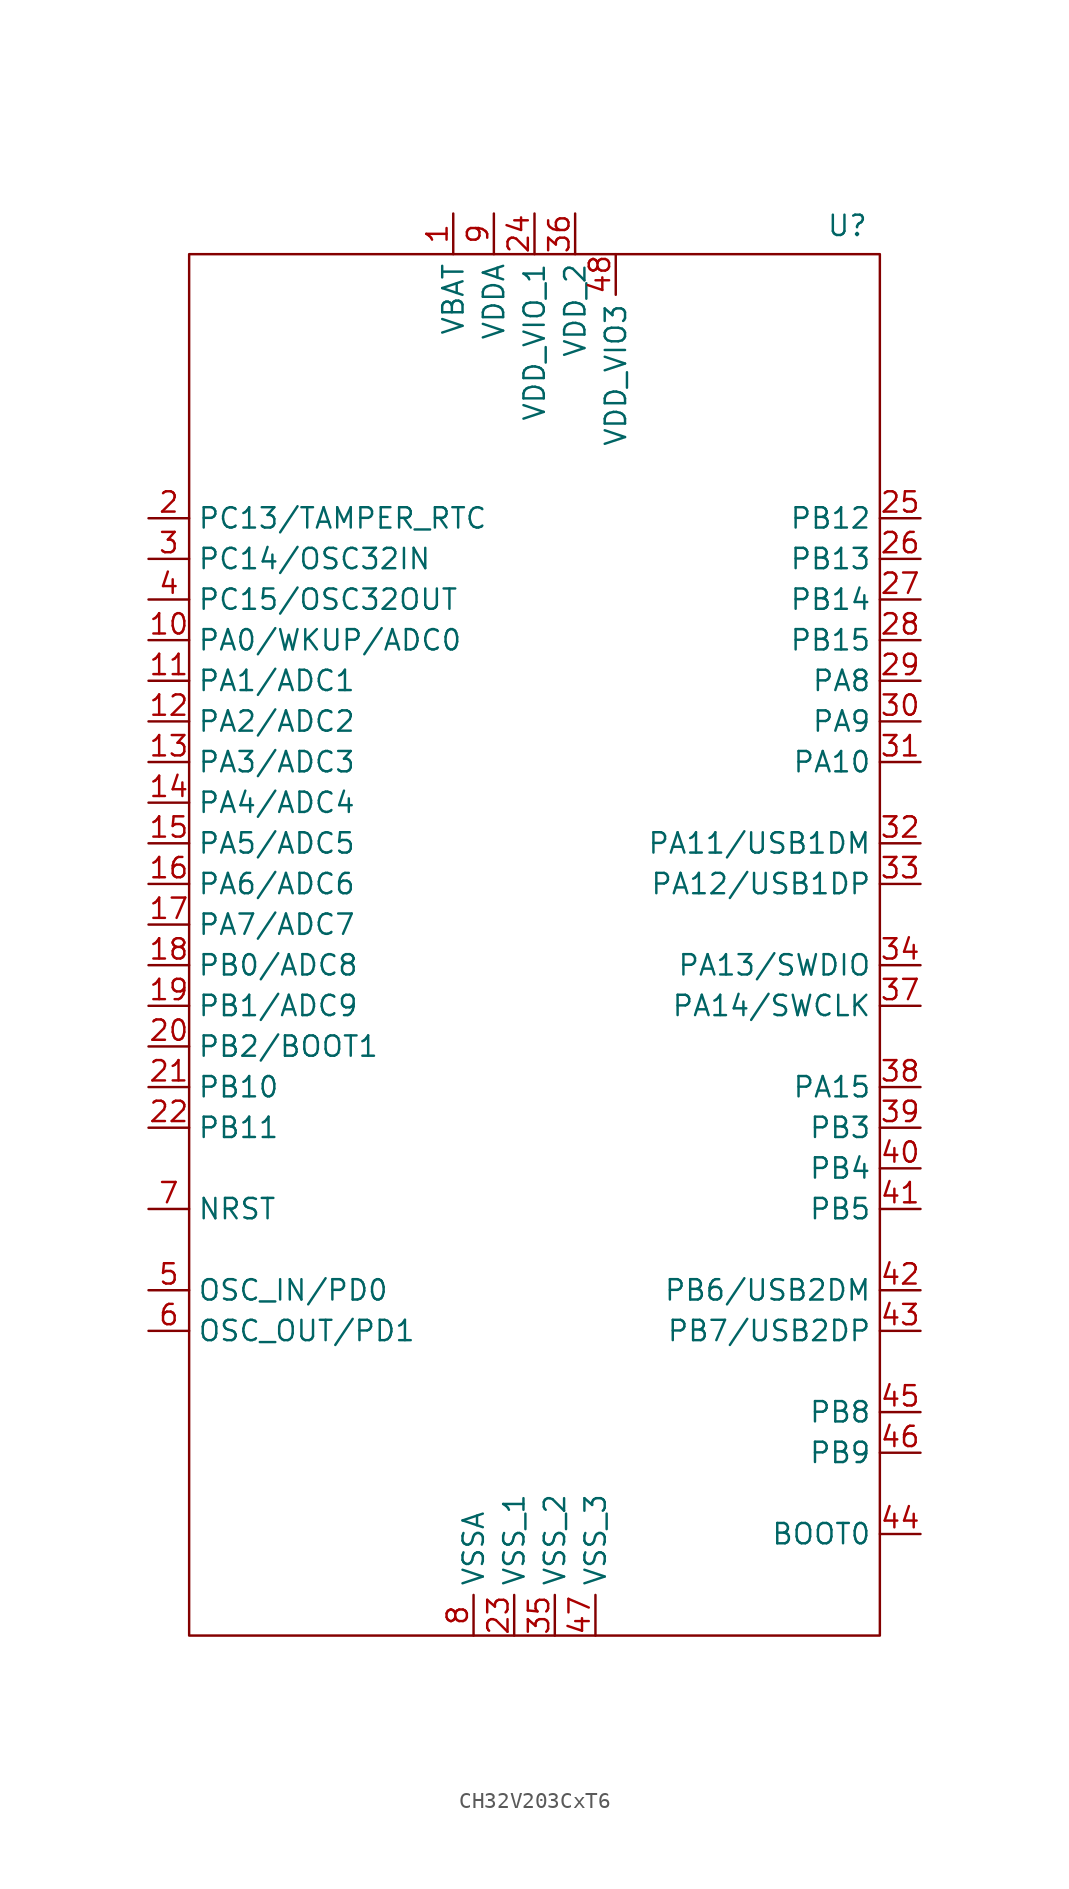
<source format=kicad_sym>
(kicad_symbol_lib
  (version 20231120)
  (generator "kicad_symbol_editor")
  (generator_version "8.0")
  (symbol "CH32V203CxT6"
    (property "Reference" "U"
      (at 19.558 44.958 0)
      (effects (font (size 1.27 1.27))))
    (property "Value" ""
      (at 0 17.78 0)
      (effects (font (size 1.27 1.27))))
    (symbol "CH32V203CxT6_0_1"
      (rectangle (start -21.59 43.18) (end 21.59 -43.18) (stroke (width 0) (type default)) (fill (type none))))
    (symbol "CH32V203CxT6_1_0"
      (pin bidirectional line (at -24.13 19.05 0) (length 2.54) (name "PA0/WKUP/ADC0" (effects (font (size 1.27 1.27)))) (number "10" (effects (font (size 1.27 1.27)))))
      (pin bidirectional line (at -24.13 16.51 0) (length 2.54) (name "PA1/ADC1" (effects (font (size 1.27 1.27)))) (number "11" (effects (font (size 1.27 1.27)))))
      (pin bidirectional line (at -24.13 13.97 0) (length 2.54) (name "PA2/ADC2" (effects (font (size 1.27 1.27)))) (number "12" (effects (font (size 1.27 1.27)))))
      (pin bidirectional line (at -24.13 11.43 0) (length 2.54) (name "PA3/ADC3" (effects (font (size 1.27 1.27)))) (number "13" (effects (font (size 1.27 1.27)))))
      (pin bidirectional line (at -24.13 8.89 0) (length 2.54) (name "PA4/ADC4" (effects (font (size 1.27 1.27)))) (number "14" (effects (font (size 1.27 1.27)))))
      (pin bidirectional line (at -24.13 6.35 0) (length 2.54) (name "PA5/ADC5" (effects (font (size 1.27 1.27)))) (number "15" (effects (font (size 1.27 1.27)))))
      (pin bidirectional line (at -24.13 3.81 0) (length 2.54) (name "PA6/ADC6" (effects (font (size 1.27 1.27)))) (number "16" (effects (font (size 1.27 1.27)))))
      (pin bidirectional line (at -24.13 1.27 0) (length 2.54) (name "PA7/ADC7" (effects (font (size 1.27 1.27)))) (number "17" (effects (font (size 1.27 1.27)))))
      (pin bidirectional line (at -24.13 -1.27 0) (length 2.54) (name "PB0/ADC8" (effects (font (size 1.27 1.27)))) (number "18" (effects (font (size 1.27 1.27)))))
      (pin bidirectional line (at -24.13 -3.81 0) (length 2.54) (name "PB1/ADC9" (effects (font (size 1.27 1.27)))) (number "19" (effects (font (size 1.27 1.27)))))
      (pin bidirectional line (at -24.13 -6.35 0) (length 2.54) (name "PB2/BOOT1" (effects (font (size 1.27 1.27)))) (number "20" (effects (font (size 1.27 1.27)))))
      (pin bidirectional line (at -24.13 -8.89 0) (length 2.54) (name "PB10" (effects (font (size 1.27 1.27)))) (number "21" (effects (font (size 1.27 1.27)))))
      (pin bidirectional line (at -24.13 -11.43 0) (length 2.54) (name "PB11" (effects (font (size 1.27 1.27)))) (number "22" (effects (font (size 1.27 1.27)))))
      (pin bidirectional line (at -1.27 -43.18 90) (length 2.54) (name "VSS_1" (effects (font (size 1.27 1.27)))) (number "23" (effects (font (size 1.27 1.27)))))
      (pin bidirectional line (at 0 45.72 270) (length 2.54) (name "VDD_VIO_1" (effects (font (size 1.27 1.27)))) (number "24" (effects (font (size 1.27 1.27)))))
      (pin bidirectional line (at 24.13 26.67 180) (length 2.54) (name "PB12" (effects (font (size 1.27 1.27)))) (number "25" (effects (font (size 1.27 1.27)))))
      (pin bidirectional line (at 24.13 24.13 180) (length 2.54) (name "PB13" (effects (font (size 1.27 1.27)))) (number "26" (effects (font (size 1.27 1.27)))))
      (pin bidirectional line (at 24.13 21.59 180) (length 2.54) (name "PB14" (effects (font (size 1.27 1.27)))) (number "27" (effects (font (size 1.27 1.27)))))
      (pin bidirectional line (at 24.13 19.05 180) (length 2.54) (name "PB15" (effects (font (size 1.27 1.27)))) (number "28" (effects (font (size 1.27 1.27)))))
      (pin bidirectional line (at 24.13 16.51 180) (length 2.54) (name "PA8" (effects (font (size 1.27 1.27)))) (number "29" (effects (font (size 1.27 1.27)))))
      (pin bidirectional line (at 24.13 13.97 180) (length 2.54) (name "PA9" (effects (font (size 1.27 1.27)))) (number "30" (effects (font (size 1.27 1.27)))))
      (pin bidirectional line (at 24.13 11.43 180) (length 2.54) (name "PA10" (effects (font (size 1.27 1.27)))) (number "31" (effects (font (size 1.27 1.27)))))
      (pin bidirectional line (at 24.13 6.35 180) (length 2.54) (name "PA11/USB1DM" (effects (font (size 1.27 1.27)))) (number "32" (effects (font (size 1.27 1.27)))))
      (pin bidirectional line (at 24.13 3.81 180) (length 2.54) (name "PA12/USB1DP" (effects (font (size 1.27 1.27)))) (number "33" (effects (font (size 1.27 1.27)))))
      (pin bidirectional line (at 24.13 -1.27 180) (length 2.54) (name "PA13/SWDIO" (effects (font (size 1.27 1.27)))) (number "34" (effects (font (size 1.27 1.27)))))
      (pin bidirectional line (at 1.27 -43.18 90) (length 2.54) (name "VSS_2" (effects (font (size 1.27 1.27)))) (number "35" (effects (font (size 1.27 1.27)))))
      (pin bidirectional line (at 2.54 45.72 270) (length 2.54) (name "VDD_2" (effects (font (size 1.27 1.27)))) (number "36" (effects (font (size 1.27 1.27)))))
      (pin bidirectional line (at 24.13 -3.81 180) (length 2.54) (name "PA14/SWCLK" (effects (font (size 1.27 1.27)))) (number "37" (effects (font (size 1.27 1.27)))))
      (pin bidirectional line (at 24.13 -8.89 180) (length 2.54) (name "PA15" (effects (font (size 1.27 1.27)))) (number "38" (effects (font (size 1.27 1.27)))))
      (pin bidirectional line (at 24.13 -11.43 180) (length 2.54) (name "PB3" (effects (font (size 1.27 1.27)))) (number "39" (effects (font (size 1.27 1.27)))))
      (pin bidirectional line (at -24.13 21.59 0) (length 2.54) (name "PC15/OSC32OUT" (effects (font (size 1.27 1.27)))) (number "4" (effects (font (size 1.27 1.27)))))
      (pin bidirectional line (at 24.13 -13.97 180) (length 2.54) (name "PB4" (effects (font (size 1.27 1.27)))) (number "40" (effects (font (size 1.27 1.27)))))
      (pin bidirectional line (at 24.13 -16.51 180) (length 2.54) (name "PB5" (effects (font (size 1.27 1.27)))) (number "41" (effects (font (size 1.27 1.27)))))
      (pin bidirectional line (at 24.13 -21.59 180) (length 2.54) (name "PB6/USB2DM" (effects (font (size 1.27 1.27)))) (number "42" (effects (font (size 1.27 1.27)))))
      (pin bidirectional line (at 24.13 -24.13 180) (length 2.54) (name "PB7/USB2DP" (effects (font (size 1.27 1.27)))) (number "43" (effects (font (size 1.27 1.27)))))
      (pin bidirectional line (at 24.13 -36.83 180) (length 2.54) (name "BOOT0" (effects (font (size 1.27 1.27)))) (number "44" (effects (font (size 1.27 1.27)))))
      (pin bidirectional line (at 24.13 -29.21 180) (length 2.54) (name "PB8" (effects (font (size 1.27 1.27)))) (number "45" (effects (font (size 1.27 1.27)))))
      (pin bidirectional line (at 24.13 -31.75 180) (length 2.54) (name "PB9" (effects (font (size 1.27 1.27)))) (number "46" (effects (font (size 1.27 1.27)))))
      (pin bidirectional line (at 3.81 -43.18 90) (length 2.54) (name "VSS_3" (effects (font (size 1.27 1.27)))) (number "47" (effects (font (size 1.27 1.27)))))
      (pin bidirectional line (at 5.08 43.18 270) (length 2.54) (name "VDD_VIO3" (effects (font (size 1.27 1.27)))) (number "48" (effects (font (size 1.27 1.27)))))
      (pin bidirectional line (at -24.13 -21.59 0) (length 2.54) (name "OSC_IN/PD0" (effects (font (size 1.27 1.27)))) (number "5" (effects (font (size 1.27 1.27)))))
      (pin bidirectional line (at -24.13 -24.13 0) (length 2.54) (name "OSC_OUT/PD1" (effects (font (size 1.27 1.27)))) (number "6" (effects (font (size 1.27 1.27)))))
      (pin bidirectional line (at -24.13 -16.51 0) (length 2.54) (name "NRST" (effects (font (size 1.27 1.27)))) (number "7" (effects (font (size 1.27 1.27)))))
      (pin bidirectional line (at -3.81 -43.18 90) (length 2.54) (name "VSSA" (effects (font (size 1.27 1.27)))) (number "8" (effects (font (size 1.27 1.27)))))
      (pin bidirectional line (at -2.54 45.72 270) (length 2.54) (name "VDDA" (effects (font (size 1.27 1.27)))) (number "9" (effects (font (size 1.27 1.27))))))
    (symbol "CH32V203CxT6_1_1"
      (pin power_in line (at -5.08 45.72 270) (length 2.54) (name "VBAT" (effects (font (size 1.27 1.27)))) (number "1" (effects (font (size 1.27 1.27)))))
      (pin bidirectional line (at -24.13 26.67 0) (length 2.54) (name "PC13/TAMPER_RTC" (effects (font (size 1.27 1.27)))) (number "2" (effects (font (size 1.27 1.27)))))
      (pin bidirectional line (at -24.13 24.13 0) (length 2.54) (name "PC14/OSC32IN" (effects (font (size 1.27 1.27)))) (number "3" (effects (font (size 1.27 1.27))))))))
</source>
